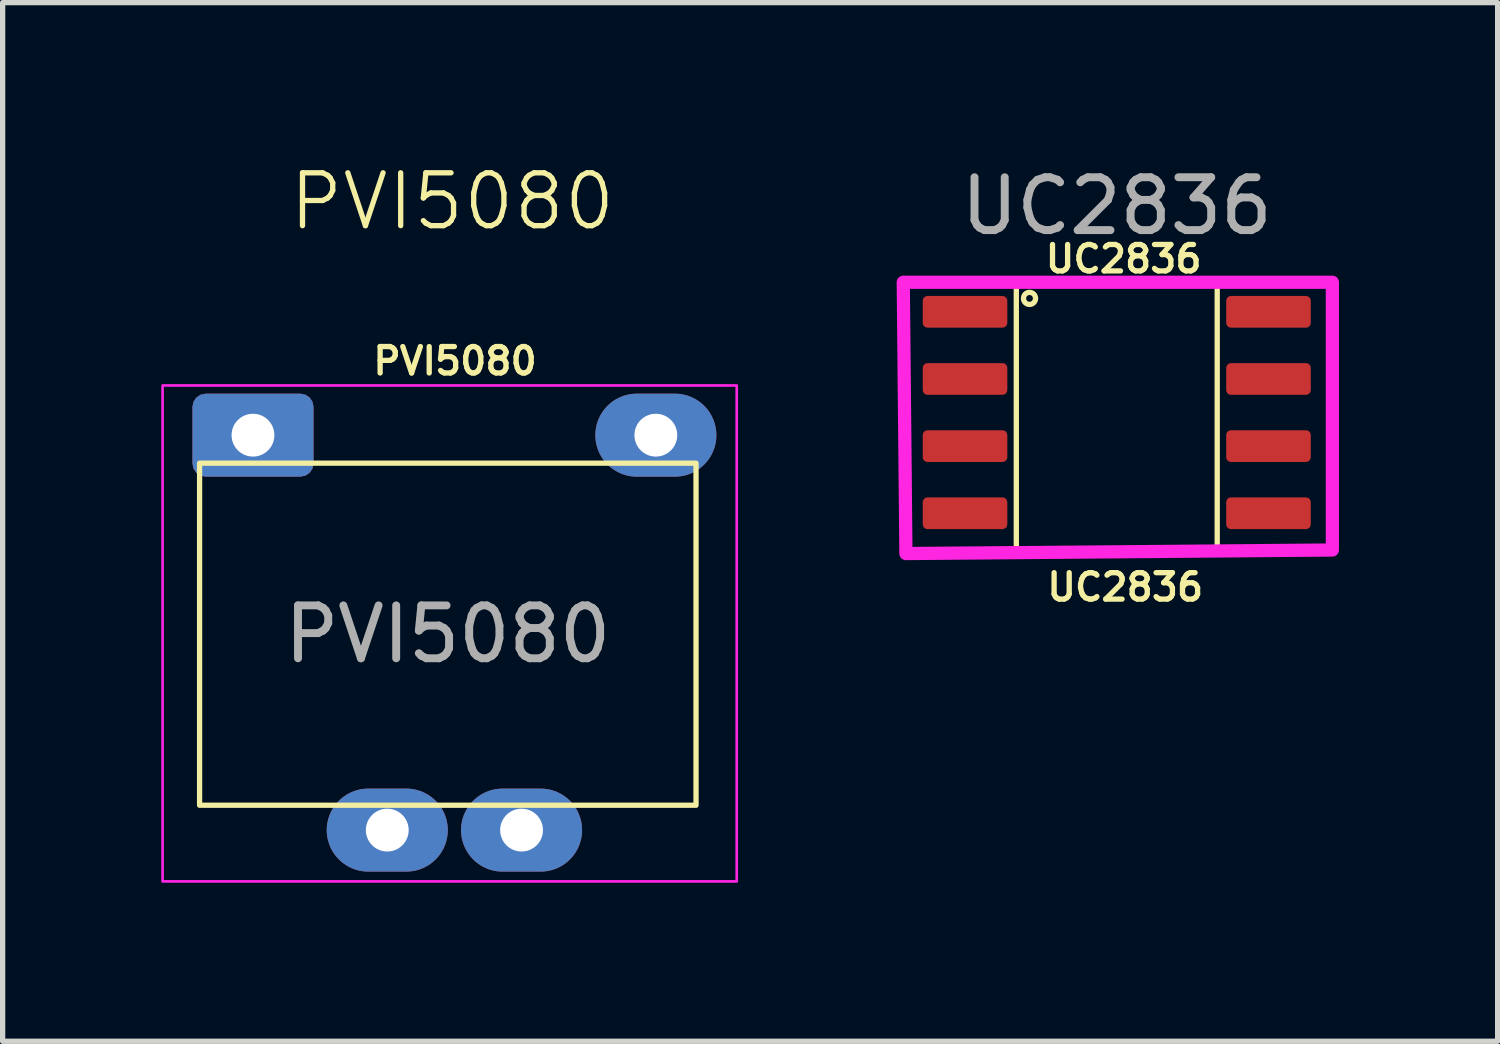
<source format=kicad_pcb>
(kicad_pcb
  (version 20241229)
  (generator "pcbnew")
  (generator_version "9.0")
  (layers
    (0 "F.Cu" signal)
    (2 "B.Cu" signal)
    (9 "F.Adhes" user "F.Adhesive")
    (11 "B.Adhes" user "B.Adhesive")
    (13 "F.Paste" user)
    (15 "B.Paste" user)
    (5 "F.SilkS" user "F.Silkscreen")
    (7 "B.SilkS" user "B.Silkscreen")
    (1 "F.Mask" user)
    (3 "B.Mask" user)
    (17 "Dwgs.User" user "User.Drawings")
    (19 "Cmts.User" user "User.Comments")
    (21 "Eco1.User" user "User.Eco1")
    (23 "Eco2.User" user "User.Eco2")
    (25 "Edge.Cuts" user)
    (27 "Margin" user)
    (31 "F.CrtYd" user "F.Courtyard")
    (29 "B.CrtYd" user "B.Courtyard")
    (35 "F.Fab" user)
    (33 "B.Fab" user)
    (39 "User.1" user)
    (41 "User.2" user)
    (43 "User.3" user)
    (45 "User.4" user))
  (footprint "PVI5080"
    (layer "F.Cu")
    (at 5.545 5.681)
    (property "Reference" "PVI5080" (at -0.04 -4.92 0) (unlocked yes) (layer "F.SilkS") (effects (font (size 1 1) (thickness 0.1))))
    (attr through_hole)
    (fp_rect (start -4.82 0.03) (end 4.57 6.5) (stroke (width 0.1) (type default)) (fill no) (layer "F.SilkS"))
    (fp_rect (start -5.52 -1.44) (end 5.34 7.94) (stroke (width 0.05) (type default)) (fill no) (layer "F.CrtYd"))
    (fp_text user "PVI5080" (at -1.59 -1.61 0) (unlocked yes) (layer "F.SilkS") (effects (font (size 0.5 0.5) (thickness 0.1)) (justify left bottom)))
    (fp_text user "${REFERENCE}" (at -0.125 3.265 0) (layer "F.Fab") (effects (font (size 1 1) (thickness 0.15))))
    (pad "1" thru_hole roundrect (at -3.81 -0.5) (size 2.29 1.57) (drill 0.81) (layers "*.Cu" "*.Mask") (roundrect_rratio 0.159))
    (pad "2" thru_hole oval (at 3.81 -0.5) (size 2.29 1.57) (drill 0.81) (layers "*.Cu" "*.Mask"))
    (pad "3" thru_hole oval (at 1.27 6.97) (size 2.29 1.57) (drill 0.81) (layers "*.Cu" "*.Mask"))
    (pad "4" thru_hole oval (at -1.27 6.97) (size 2.29 1.57) (drill 0.81) (layers "*.Cu" "*.Mask")))
  (footprint "UC2836"
    (layer "F.Cu")
    (at 15.203 2.848)
    (property "Reference" "UC2836" (at 3 -1 0) (unlocked yes) (layer "F.SilkS") (effects (font (size 0.5 0.5) (thickness 0.1))))
    (attr smd)
    (fp_rect (start 0.97 -0.52) (end 4.77 4.48) (stroke (width 0.1) (type default)) (fill no) (layer "F.SilkS"))
    (fp_circle (center 1.22 -0.254) (end 1.33 -0.224) (stroke (width 0.1) (type default)) (fill no) (layer "F.SilkS"))
    (fp_poly (pts (xy 6.948 4.505) (xy 6.948 -0.559) (xy -1.168 -0.559) (xy -1.118 4.572)) (stroke (width 0.25) (type solid)) (fill no) (layer "F.CrtYd"))
    (fp_text user "UC2836" (at 1.5 5.5 0) (unlocked yes) (layer "F.SilkS") (effects (font (size 0.5 0.5) (thickness 0.1)) (justify left bottom)))
    (fp_text user "${REFERENCE}" (at 2.87 -2 0) (unlocked yes) (layer "F.Fab") (effects (font (size 1 1) (thickness 0.15))))
    (pad "1" smd roundrect (at 0 0 90) (size 0.6 1.6) (layers "F.Cu" "F.Mask" "F.Paste") (roundrect_rratio 0.15))
    (pad "2" smd roundrect (at 0 1.27 90) (size 0.6 1.6) (layers "F.Cu" "F.Mask" "F.Paste") (roundrect_rratio 0.15))
    (pad "3" smd roundrect (at 0 2.54 90) (size 0.6 1.6) (layers "F.Cu" "F.Mask" "F.Paste") (roundrect_rratio 0.15))
    (pad "4" smd roundrect (at 0 3.81 90) (size 0.6 1.6) (layers "F.Cu" "F.Mask" "F.Paste") (roundrect_rratio 0.15))
    (pad "5" smd roundrect (at 5.74 0 90) (size 0.6 1.6) (layers "F.Cu" "F.Mask" "F.Paste") (roundrect_rratio 0.15))
    (pad "6" smd roundrect (at 5.74 1.27 90) (size 0.6 1.6) (layers "F.Cu" "F.Mask" "F.Paste") (roundrect_rratio 0.15))
    (pad "7" smd roundrect (at 5.74 2.54 90) (size 0.6 1.6) (layers "F.Cu" "F.Mask" "F.Paste" "Eco2.User") (roundrect_rratio 0.15))
    (pad "8" smd roundrect (at 5.74 3.81 90) (size 0.6 1.6) (layers "F.Cu" "F.Mask" "F.Paste") (roundrect_rratio 0.15)))
  (gr_rect
    (start -3 -3)
    (end 25.277 16.645)
    (stroke (width 0.1) (type default))
    (fill no)
    (layer "Edge.Cuts")))
</source>
